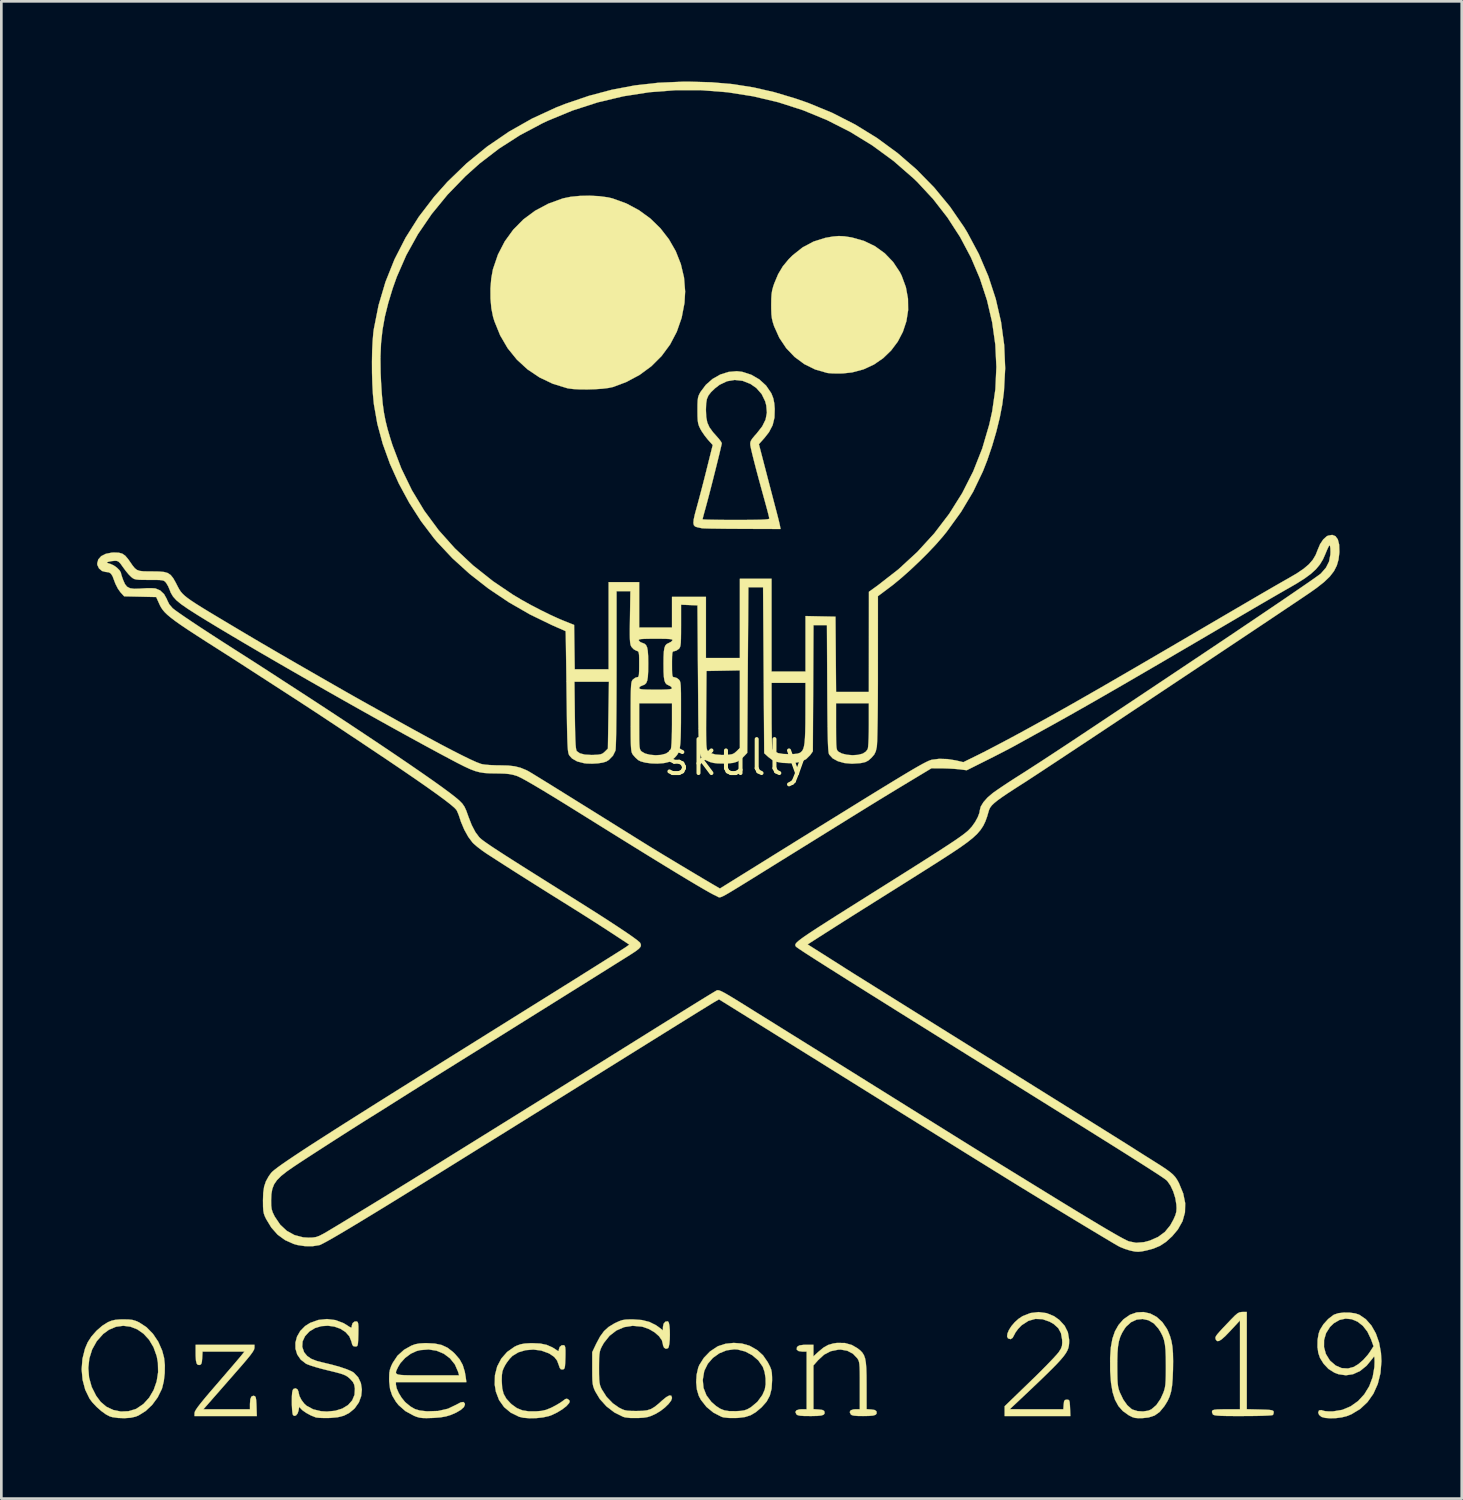
<source format=kicad_pcb>
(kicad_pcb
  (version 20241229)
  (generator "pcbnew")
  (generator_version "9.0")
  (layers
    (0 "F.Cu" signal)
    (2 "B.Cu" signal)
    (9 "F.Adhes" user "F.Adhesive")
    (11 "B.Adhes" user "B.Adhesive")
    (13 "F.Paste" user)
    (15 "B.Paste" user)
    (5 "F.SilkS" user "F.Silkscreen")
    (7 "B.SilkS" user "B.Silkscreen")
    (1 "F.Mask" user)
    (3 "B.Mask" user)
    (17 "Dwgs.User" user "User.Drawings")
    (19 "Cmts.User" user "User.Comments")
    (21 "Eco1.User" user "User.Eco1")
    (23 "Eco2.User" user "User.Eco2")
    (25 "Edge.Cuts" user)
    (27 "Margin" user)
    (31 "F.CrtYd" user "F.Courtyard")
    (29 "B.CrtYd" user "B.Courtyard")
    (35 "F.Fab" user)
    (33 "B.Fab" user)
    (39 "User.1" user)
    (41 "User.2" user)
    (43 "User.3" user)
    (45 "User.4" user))
  (footprint "skully"
    (layer "F.Cu")
    (at 24.505 25.293)
    (property "Reference" "skully" (at 0 0 0) (layer "F.SilkS") (effects (font (size 1.27 1.27) (thickness 0.15))))
    (attr through_hole)
    (fp_poly (pts (xy 4.036 -19.502) (xy 4.282 -19.464) (xy 4.325 -19.456) (xy 4.773 -19.329) (xy 5.183 -19.13) (xy 5.549 -18.865) (xy 5.861 -18.54) (xy 6.113 -18.161) (xy 6.18 -18.028) (xy 6.338 -17.598) (xy 6.417 -17.166) (xy 6.422 -16.739) (xy 6.357 -16.324) (xy 6.226 -15.929) (xy 6.035 -15.562) (xy 5.787 -15.231) (xy 5.488 -14.942) (xy 5.143 -14.704) (xy 4.754 -14.524) (xy 4.328 -14.41) (xy 3.979 -14.372) (xy 3.777 -14.369) (xy 3.583 -14.373) (xy 3.429 -14.385) (xy 3.387 -14.392) (xy 2.945 -14.519) (xy 2.539 -14.719) (xy 2.175 -14.988) (xy 1.861 -15.317) (xy 1.603 -15.703) (xy 1.408 -16.136) (xy 1.358 -16.292) (xy 1.325 -16.432) (xy 1.307 -16.585) (xy 1.3 -16.779) (xy 1.299 -16.933) (xy 1.302 -17.165) (xy 1.313 -17.339) (xy 1.336 -17.484) (xy 1.375 -17.627) (xy 1.413 -17.737) (xy 1.558 -18.084) (xy 1.732 -18.377) (xy 1.955 -18.647) (xy 2.104 -18.794) (xy 2.475 -19.088) (xy 2.88 -19.304) (xy 3.318 -19.442) (xy 3.353 -19.449) (xy 3.61 -19.494) (xy 3.825 -19.512) (xy 4.036 -19.502)) (stroke (width 0.01) (type solid)) (fill yes) (layer "F.SilkS"))
    (fp_poly (pts (xy -5.131 -21.003) (xy -4.806 -20.959) (xy -4.64 -20.92) (xy -4.122 -20.732) (xy -3.648 -20.478) (xy -3.22 -20.166) (xy -2.846 -19.801) (xy -2.528 -19.391) (xy -2.271 -18.943) (xy -2.082 -18.464) (xy -1.963 -17.96) (xy -1.921 -17.438) (xy -1.945 -17.009) (xy -2.052 -16.452) (xy -2.233 -15.932) (xy -2.484 -15.454) (xy -2.802 -15.023) (xy -3.183 -14.642) (xy -3.624 -14.317) (xy -4.12 -14.051) (xy -4.614 -13.865) (xy -4.786 -13.828) (xy -5.019 -13.799) (xy -5.291 -13.781) (xy -5.578 -13.772) (xy -5.857 -13.774) (xy -6.105 -13.787) (xy -6.3 -13.812) (xy -6.329 -13.818) (xy -6.873 -13.985) (xy -7.372 -14.223) (xy -7.823 -14.526) (xy -8.221 -14.893) (xy -8.563 -15.317) (xy -8.842 -15.796) (xy -9.057 -16.325) (xy -9.108 -16.493) (xy -9.171 -16.807) (xy -9.203 -17.17) (xy -9.205 -17.553) (xy -9.175 -17.924) (xy -9.115 -18.256) (xy -9.108 -18.281) (xy -8.924 -18.82) (xy -8.671 -19.31) (xy -8.353 -19.749) (xy -7.974 -20.133) (xy -7.536 -20.458) (xy -7.044 -20.721) (xy -6.501 -20.918) (xy -6.489 -20.921) (xy -6.199 -20.981) (xy -5.856 -21.014) (xy -5.491 -21.022) (xy -5.131 -21.003)) (stroke (width 0.01) (type solid)) (fill yes) (layer "F.SilkS"))
    (fp_poly (pts (xy -18.035 22.087) (xy -18.049 22.147) (xy -18.097 22.233) (xy -18.183 22.353) (xy -18.314 22.515) (xy -18.494 22.727) (xy -18.596 22.843) (xy -18.802 23.079) (xy -19.022 23.33) (xy -19.236 23.575) (xy -19.428 23.794) (xy -19.551 23.934) (xy -19.945 24.384) (xy -18.203 24.384) (xy -18.203 24.183) (xy -18.19 24.01) (xy -18.151 23.912) (xy -18.083 23.88) (xy -18.05 23.883) (xy -18.011 23.9) (xy -17.986 23.945) (xy -17.971 24.035) (xy -17.961 24.185) (xy -17.958 24.268) (xy -17.946 24.638) (xy -20.278 24.638) (xy -20.276 24.522) (xy -20.263 24.471) (xy -20.22 24.393) (xy -20.143 24.283) (xy -20.027 24.134) (xy -19.868 23.94) (xy -19.659 23.694) (xy -19.469 23.474) (xy -19.256 23.227) (xy -19.056 22.994) (xy -18.875 22.784) (xy -18.724 22.607) (xy -18.61 22.473) (xy -18.541 22.391) (xy -18.536 22.384) (xy -18.408 22.225) (xy -19.977 22.225) (xy -19.99 22.468) (xy -20.002 22.611) (xy -20.026 22.689) (xy -20.067 22.722) (xy -20.082 22.726) (xy -20.151 22.722) (xy -20.196 22.673) (xy -20.223 22.566) (xy -20.234 22.391) (xy -20.235 22.299) (xy -20.235 21.971) (xy -18.034 21.971) (xy -18.035 22.087)) (stroke (width 0.01) (type solid)) (fill yes) (layer "F.SilkS"))
    (fp_poly (pts (xy 19.092 24.381) (xy 19.589 24.393) (xy 19.803 24.4) (xy 19.946 24.408) (xy 20.033 24.422) (xy 20.079 24.442) (xy 20.099 24.473) (xy 20.101 24.485) (xy 20.088 24.568) (xy 20.06 24.601) (xy 20.003 24.61) (xy 19.874 24.619) (xy 19.684 24.627) (xy 19.447 24.633) (xy 19.173 24.636) (xy 18.939 24.637) (xy 18.603 24.637) (xy 18.341 24.635) (xy 18.146 24.63) (xy 18.006 24.622) (xy 17.912 24.611) (xy 17.855 24.596) (xy 17.824 24.577) (xy 17.823 24.575) (xy 17.79 24.492) (xy 17.795 24.448) (xy 17.82 24.42) (xy 17.88 24.401) (xy 17.987 24.39) (xy 18.156 24.385) (xy 18.329 24.384) (xy 18.838 24.384) (xy 18.838 22.722) (xy 18.838 21.061) (xy 18.475 21.452) (xy 18.293 21.641) (xy 18.155 21.765) (xy 18.054 21.828) (xy 17.984 21.833) (xy 17.938 21.785) (xy 17.927 21.755) (xy 17.919 21.721) (xy 17.922 21.685) (xy 17.945 21.639) (xy 17.992 21.574) (xy 18.073 21.481) (xy 18.192 21.351) (xy 18.359 21.176) (xy 18.519 21.008) (xy 18.649 20.877) (xy 18.743 20.798) (xy 18.82 20.757) (xy 18.9 20.744) (xy 18.932 20.743) (xy 19.092 20.743) (xy 19.092 24.381)) (stroke (width 0.01) (type solid)) (fill yes) (layer "F.SilkS"))
    (fp_poly (pts (xy 11.604 20.787) (xy 11.885 20.903) (xy 12.079 21.042) (xy 12.278 21.26) (xy 12.398 21.5) (xy 12.445 21.772) (xy 12.446 21.826) (xy 12.444 21.921) (xy 12.435 22.009) (xy 12.415 22.095) (xy 12.38 22.184) (xy 12.325 22.282) (xy 12.246 22.393) (xy 12.137 22.524) (xy 11.996 22.678) (xy 11.816 22.862) (xy 11.594 23.081) (xy 11.326 23.34) (xy 11.007 23.644) (xy 10.632 23.998) (xy 10.459 24.161) (xy 10.223 24.382) (xy 11.226 24.383) (xy 12.229 24.384) (xy 12.242 24.204) (xy 12.256 24.09) (xy 12.287 24.038) (xy 12.348 24.024) (xy 12.361 24.024) (xy 12.416 24.029) (xy 12.449 24.055) (xy 12.466 24.12) (xy 12.476 24.244) (xy 12.48 24.331) (xy 12.492 24.638) (xy 10.033 24.638) (xy 10.033 24.271) (xy 10.981 23.354) (xy 11.224 23.118) (xy 11.452 22.891) (xy 11.657 22.682) (xy 11.831 22.501) (xy 11.964 22.356) (xy 12.048 22.258) (xy 12.064 22.236) (xy 12.141 22.112) (xy 12.178 22.009) (xy 12.188 21.888) (xy 12.183 21.775) (xy 12.141 21.537) (xy 12.039 21.348) (xy 11.87 21.195) (xy 11.719 21.108) (xy 11.447 21.013) (xy 11.179 21.003) (xy 10.922 21.076) (xy 10.679 21.233) (xy 10.657 21.251) (xy 10.538 21.375) (xy 10.438 21.512) (xy 10.398 21.589) (xy 10.331 21.713) (xy 10.258 21.759) (xy 10.248 21.759) (xy 10.159 21.732) (xy 10.124 21.658) (xy 10.138 21.549) (xy 10.195 21.416) (xy 10.286 21.273) (xy 10.408 21.13) (xy 10.552 21) (xy 10.708 20.897) (xy 11.001 20.783) (xy 11.304 20.747) (xy 11.604 20.787)) (stroke (width 0.01) (type solid)) (fill yes) (layer "F.SilkS"))
    (fp_poly (pts (xy 0.202 21.924) (xy 0.477 22.003) (xy 0.51 22.018) (xy 0.781 22.173) (xy 0.992 22.365) (xy 1.165 22.615) (xy 1.188 22.657) (xy 1.258 22.794) (xy 1.301 22.906) (xy 1.323 23.023) (xy 1.331 23.176) (xy 1.332 23.305) (xy 1.313 23.617) (xy 1.247 23.874) (xy 1.128 24.096) (xy 0.947 24.301) (xy 0.933 24.315) (xy 0.725 24.491) (xy 0.531 24.606) (xy 0.321 24.674) (xy 0.066 24.706) (xy -0.021 24.71) (xy -0.286 24.709) (xy -0.484 24.687) (xy -0.555 24.667) (xy -0.859 24.512) (xy -1.123 24.295) (xy -1.331 24.031) (xy -1.411 23.881) (xy -1.481 23.646) (xy -1.508 23.372) (xy -1.503 23.286) (xy -1.262 23.286) (xy -1.233 23.586) (xy -1.124 23.863) (xy -0.937 24.111) (xy -0.762 24.263) (xy -0.606 24.364) (xy -0.452 24.425) (xy -0.272 24.453) (xy -0.039 24.455) (xy -0.016 24.455) (xy 0.168 24.444) (xy 0.298 24.423) (xy 0.407 24.383) (xy 0.525 24.316) (xy 0.547 24.302) (xy 0.785 24.102) (xy 0.968 23.852) (xy 1.058 23.648) (xy 1.091 23.453) (xy 1.088 23.222) (xy 1.052 22.991) (xy 0.985 22.797) (xy 0.983 22.793) (xy 0.817 22.556) (xy 0.592 22.362) (xy 0.327 22.222) (xy 0.042 22.148) (xy -0.085 22.14) (xy -0.373 22.18) (xy -0.644 22.29) (xy -0.882 22.461) (xy -1.072 22.679) (xy -1.199 22.935) (xy -1.209 22.968) (xy -1.262 23.286) (xy -1.503 23.286) (xy -1.491 23.089) (xy -1.432 22.83) (xy -1.393 22.733) (xy -1.222 22.461) (xy -0.992 22.222) (xy -0.724 22.042) (xy -0.677 22.019) (xy -0.406 21.932) (xy -0.103 21.901) (xy 0.202 21.924)) (stroke (width 0.01) (type solid)) (fill yes) (layer "F.SilkS"))
    (fp_poly (pts (xy -22.75 21.024) (xy -22.607 21.039) (xy -22.484 21.074) (xy -22.349 21.134) (xy -22.347 21.135) (xy -22.075 21.313) (xy -21.834 21.558) (xy -21.634 21.856) (xy -21.487 22.19) (xy -21.416 22.459) (xy -21.387 22.731) (xy -21.392 23.033) (xy -21.426 23.33) (xy -21.488 23.588) (xy -21.503 23.63) (xy -21.656 23.94) (xy -21.861 24.218) (xy -22.105 24.448) (xy -22.372 24.615) (xy -22.482 24.66) (xy -22.666 24.701) (xy -22.895 24.717) (xy -23.135 24.709) (xy -23.351 24.678) (xy -23.443 24.652) (xy -23.592 24.575) (xy -23.767 24.448) (xy -23.944 24.291) (xy -24.101 24.124) (xy -24.203 23.988) (xy -24.366 23.654) (xy -24.465 23.282) (xy -24.5 22.889) (xy -24.496 22.839) (xy -24.251 22.839) (xy -24.222 23.198) (xy -24.124 23.549) (xy -23.958 23.879) (xy -23.787 24.108) (xy -23.573 24.29) (xy -23.316 24.411) (xy -23.034 24.468) (xy -22.747 24.456) (xy -22.473 24.373) (xy -22.445 24.359) (xy -22.188 24.185) (xy -21.974 23.949) (xy -21.807 23.664) (xy -21.694 23.342) (xy -21.639 22.997) (xy -21.647 22.642) (xy -21.692 22.395) (xy -21.811 22.063) (xy -21.977 21.783) (xy -22.183 21.559) (xy -22.418 21.394) (xy -22.675 21.294) (xy -22.943 21.26) (xy -23.215 21.297) (xy -23.48 21.409) (xy -23.695 21.566) (xy -23.934 21.835) (xy -24.107 22.145) (xy -24.213 22.484) (xy -24.251 22.839) (xy -24.496 22.839) (xy -24.47 22.494) (xy -24.374 22.114) (xy -24.274 21.879) (xy -24.134 21.662) (xy -23.944 21.446) (xy -23.729 21.259) (xy -23.517 21.125) (xy -23.516 21.125) (xy -23.382 21.07) (xy -23.245 21.038) (xy -23.074 21.023) (xy -22.945 21.021) (xy -22.75 21.024)) (stroke (width 0.01) (type solid)) (fill yes) (layer "F.SilkS"))
    (fp_poly (pts (xy 4.053 21.904) (xy 4.317 21.979) (xy 4.526 22.1) (xy 4.629 22.181) (xy 4.709 22.264) (xy 4.769 22.361) (xy 4.812 22.482) (xy 4.84 22.641) (xy 4.857 22.849) (xy 4.865 23.118) (xy 4.867 23.458) (xy 4.867 23.482) (xy 4.868 24.379) (xy 5.048 24.392) (xy 5.171 24.411) (xy 5.23 24.452) (xy 5.243 24.485) (xy 5.241 24.549) (xy 5.2 24.592) (xy 5.108 24.62) (xy 4.954 24.633) (xy 4.736 24.637) (xy 4.529 24.634) (xy 4.392 24.622) (xy 4.31 24.6) (xy 4.276 24.575) (xy 4.237 24.488) (xy 4.274 24.422) (xy 4.381 24.388) (xy 4.444 24.384) (xy 4.614 24.384) (xy 4.614 23.501) (xy 4.614 23.205) (xy 4.612 22.981) (xy 4.607 22.817) (xy 4.598 22.699) (xy 4.585 22.616) (xy 4.565 22.555) (xy 4.537 22.503) (xy 4.519 22.475) (xy 4.358 22.306) (xy 4.147 22.195) (xy 3.904 22.151) (xy 3.807 22.154) (xy 3.524 22.212) (xy 3.277 22.341) (xy 3.053 22.547) (xy 2.879 22.745) (xy 2.879 24.379) (xy 3.079 24.392) (xy 3.209 24.408) (xy 3.275 24.441) (xy 3.295 24.485) (xy 3.294 24.546) (xy 3.257 24.589) (xy 3.171 24.617) (xy 3.026 24.632) (xy 2.811 24.637) (xy 2.746 24.637) (xy 2.53 24.635) (xy 2.384 24.625) (xy 2.294 24.606) (xy 2.246 24.577) (xy 2.244 24.575) (xy 2.204 24.488) (xy 2.241 24.424) (xy 2.35 24.389) (xy 2.433 24.384) (xy 2.625 24.384) (xy 2.625 22.225) (xy 2.454 22.225) (xy 2.321 22.205) (xy 2.254 22.152) (xy 2.26 22.073) (xy 2.286 22.034) (xy 2.36 21.993) (xy 2.502 21.974) (xy 2.609 21.971) (xy 2.879 21.971) (xy 2.879 22.405) (xy 3.064 22.234) (xy 3.254 22.077) (xy 3.429 21.978) (xy 3.62 21.922) (xy 3.756 21.902) (xy 4.053 21.904)) (stroke (width 0.01) (type solid)) (fill yes) (layer "F.SilkS"))
    (fp_poly (pts (xy -11.289 21.925) (xy -11.035 21.978) (xy -10.816 22.079) (xy -10.612 22.235) (xy -10.538 22.306) (xy -10.363 22.509) (xy -10.244 22.723) (xy -10.166 22.976) (xy -10.133 23.167) (xy -10.106 23.368) (xy -12.742 23.368) (xy -12.742 23.463) (xy -12.713 23.603) (xy -12.638 23.774) (xy -12.532 23.949) (xy -12.41 24.1) (xy -12.371 24.138) (xy -12.194 24.282) (xy -12.03 24.376) (xy -11.848 24.43) (xy -11.617 24.457) (xy -11.565 24.46) (xy -11.162 24.447) (xy -10.796 24.363) (xy -10.475 24.209) (xy -10.474 24.208) (xy -10.319 24.126) (xy -10.217 24.111) (xy -10.166 24.162) (xy -10.16 24.211) (xy -10.2 24.303) (xy -10.311 24.404) (xy -10.483 24.506) (xy -10.689 24.596) (xy -10.87 24.651) (xy -11.077 24.687) (xy -11.336 24.707) (xy -11.388 24.709) (xy -11.599 24.715) (xy -11.75 24.711) (xy -11.868 24.695) (xy -11.976 24.663) (xy -12.068 24.626) (xy -12.386 24.453) (xy -12.643 24.227) (xy -12.744 24.1) (xy -12.88 23.871) (xy -12.961 23.629) (xy -12.994 23.347) (xy -12.996 23.242) (xy -12.991 23.053) (xy -12.985 23.012) (xy -12.743 23.012) (xy -12.724 23.053) (xy -12.668 23.082) (xy -12.566 23.099) (xy -12.411 23.109) (xy -12.194 23.113) (xy -11.909 23.114) (xy -11.56 23.114) (xy -10.378 23.114) (xy -10.415 22.983) (xy -10.535 22.707) (xy -10.717 22.48) (xy -10.949 22.306) (xy -11.22 22.193) (xy -11.518 22.146) (xy -11.833 22.171) (xy -11.966 22.204) (xy -12.187 22.305) (xy -12.399 22.464) (xy -12.574 22.657) (xy -12.654 22.789) (xy -12.7 22.883) (xy -12.733 22.956) (xy -12.743 23.012) (xy -12.985 23.012) (xy -12.969 22.91) (xy -12.922 22.774) (xy -12.866 22.655) (xy -12.684 22.38) (xy -12.438 22.158) (xy -12.167 22.005) (xy -12.024 21.952) (xy -11.868 21.922) (xy -11.669 21.91) (xy -11.599 21.909) (xy -11.289 21.925)) (stroke (width 0.01) (type solid)) (fill yes) (layer "F.SilkS"))
    (fp_poly (pts (xy -7.343 21.924) (xy -7.1 21.975) (xy -6.886 22.069) (xy -6.765 22.146) (xy -6.685 22.2) (xy -6.653 22.205) (xy -6.646 22.161) (xy -6.646 22.148) (xy -6.615 22.052) (xy -6.54 21.99) (xy -6.455 21.987) (xy -6.425 22.012) (xy -6.407 22.069) (xy -6.399 22.173) (xy -6.399 22.34) (xy -6.401 22.446) (xy -6.408 22.642) (xy -6.417 22.769) (xy -6.432 22.843) (xy -6.457 22.879) (xy -6.495 22.893) (xy -6.506 22.894) (xy -6.572 22.888) (xy -6.615 22.831) (xy -6.643 22.746) (xy -6.712 22.562) (xy -6.818 22.426) (xy -6.981 22.313) (xy -7.032 22.286) (xy -7.305 22.187) (xy -7.598 22.15) (xy -7.89 22.173) (xy -8.16 22.253) (xy -8.383 22.388) (xy -8.489 22.498) (xy -8.599 22.644) (xy -8.658 22.739) (xy -8.721 22.864) (xy -8.759 22.973) (xy -8.777 23.099) (xy -8.782 23.271) (xy -8.782 23.326) (xy -8.766 23.594) (xy -8.713 23.806) (xy -8.612 23.987) (xy -8.453 24.161) (xy -8.405 24.204) (xy -8.217 24.34) (xy -8.01 24.424) (xy -7.765 24.462) (xy -7.507 24.462) (xy -7.295 24.444) (xy -7.124 24.405) (xy -6.949 24.334) (xy -6.9 24.311) (xy -6.74 24.226) (xy -6.593 24.138) (xy -6.495 24.069) (xy -6.404 24.002) (xy -6.343 23.989) (xy -6.289 24.017) (xy -6.238 24.073) (xy -6.256 24.141) (xy -6.265 24.156) (xy -6.364 24.267) (xy -6.52 24.388) (xy -6.709 24.503) (xy -6.906 24.598) (xy -7.016 24.638) (xy -7.238 24.688) (xy -7.491 24.715) (xy -7.747 24.72) (xy -7.976 24.701) (xy -8.133 24.664) (xy -8.444 24.512) (xy -8.695 24.302) (xy -8.883 24.038) (xy -9.002 23.725) (xy -9.046 23.46) (xy -9.037 23.108) (xy -8.953 22.781) (xy -8.799 22.488) (xy -8.582 22.24) (xy -8.308 22.047) (xy -8.217 22.002) (xy -8.08 21.953) (xy -7.921 21.924) (xy -7.714 21.912) (xy -7.641 21.911) (xy -7.343 21.924)) (stroke (width 0.01) (type solid)) (fill yes) (layer "F.SilkS"))
    (fp_poly (pts (xy 22.944 20.768) (xy 23.151 20.797) (xy 23.3 20.846) (xy 23.546 21.014) (xy 23.755 21.251) (xy 23.922 21.546) (xy 24.043 21.89) (xy 24.113 22.274) (xy 24.13 22.585) (xy 24.095 23.029) (xy 23.994 23.436) (xy 23.831 23.8) (xy 23.609 24.115) (xy 23.333 24.374) (xy 23.007 24.57) (xy 22.831 24.641) (xy 22.644 24.687) (xy 22.43 24.715) (xy 22.215 24.721) (xy 22.026 24.707) (xy 21.89 24.67) (xy 21.887 24.668) (xy 21.8 24.597) (xy 21.764 24.511) (xy 21.788 24.438) (xy 21.806 24.424) (xy 21.884 24.414) (xy 21.942 24.434) (xy 22.024 24.454) (xy 22.161 24.464) (xy 22.324 24.462) (xy 22.326 24.462) (xy 22.666 24.405) (xy 22.978 24.274) (xy 23.255 24.077) (xy 23.489 23.824) (xy 23.674 23.522) (xy 23.802 23.18) (xy 23.867 22.805) (xy 23.874 22.614) (xy 23.871 22.48) (xy 23.864 22.419) (xy 23.844 22.419) (xy 23.806 22.469) (xy 23.8 22.479) (xy 23.576 22.753) (xy 23.331 22.951) (xy 23.07 23.071) (xy 22.8 23.112) (xy 22.524 23.072) (xy 22.371 23.014) (xy 22.151 22.876) (xy 21.967 22.68) (xy 21.832 22.463) (xy 21.767 22.273) (xy 21.739 22.058) (xy 21.982 22.058) (xy 22.052 22.315) (xy 22.194 22.547) (xy 22.217 22.573) (xy 22.422 22.749) (xy 22.645 22.844) (xy 22.88 22.857) (xy 23.09 22.801) (xy 23.265 22.697) (xy 23.45 22.538) (xy 23.622 22.345) (xy 23.704 22.229) (xy 23.835 22.026) (xy 23.739 21.759) (xy 23.606 21.48) (xy 23.435 21.261) (xy 23.235 21.105) (xy 23.016 21.014) (xy 22.789 20.992) (xy 22.563 21.041) (xy 22.349 21.165) (xy 22.207 21.302) (xy 22.059 21.535) (xy 21.984 21.792) (xy 21.982 22.058) (xy 21.739 22.058) (xy 21.737 22.038) (xy 21.741 21.787) (xy 21.781 21.552) (xy 21.829 21.417) (xy 21.959 21.205) (xy 22.137 21.008) (xy 22.334 20.857) (xy 22.363 20.841) (xy 22.519 20.789) (xy 22.723 20.765) (xy 22.944 20.768)) (stroke (width 0.01) (type solid)) (fill yes) (layer "F.SilkS"))
    (fp_poly (pts (xy 15.484 20.803) (xy 15.72 20.929) (xy 15.93 21.12) (xy 16.103 21.373) (xy 16.145 21.46) (xy 16.22 21.646) (xy 16.274 21.834) (xy 16.31 22.041) (xy 16.33 22.284) (xy 16.336 22.58) (xy 16.332 22.902) (xy 16.319 23.236) (xy 16.297 23.503) (xy 16.261 23.719) (xy 16.207 23.902) (xy 16.132 24.069) (xy 16.03 24.236) (xy 16.003 24.276) (xy 15.832 24.483) (xy 15.643 24.618) (xy 15.416 24.691) (xy 15.201 24.714) (xy 15.027 24.717) (xy 14.905 24.706) (xy 14.802 24.673) (xy 14.684 24.612) (xy 14.66 24.598) (xy 14.454 24.449) (xy 14.289 24.262) (xy 14.163 24.03) (xy 14.072 23.744) (xy 14.013 23.394) (xy 13.982 22.973) (xy 13.98 22.92) (xy 13.98 22.775) (xy 14.247 22.775) (xy 14.249 23.051) (xy 14.253 23.258) (xy 14.262 23.413) (xy 14.277 23.531) (xy 14.299 23.629) (xy 14.331 23.722) (xy 14.344 23.755) (xy 14.472 24.022) (xy 14.62 24.231) (xy 14.778 24.372) (xy 14.822 24.396) (xy 15.004 24.452) (xy 15.211 24.465) (xy 15.407 24.436) (xy 15.521 24.387) (xy 15.707 24.228) (xy 15.867 23.994) (xy 15.971 23.764) (xy 16.005 23.666) (xy 16.03 23.568) (xy 16.047 23.455) (xy 16.057 23.311) (xy 16.063 23.121) (xy 16.065 22.867) (xy 16.065 22.754) (xy 16.062 22.425) (xy 16.052 22.164) (xy 16.03 21.957) (xy 15.994 21.786) (xy 15.941 21.637) (xy 15.867 21.493) (xy 15.786 21.364) (xy 15.616 21.173) (xy 15.414 21.054) (xy 15.196 21.006) (xy 14.974 21.029) (xy 14.765 21.124) (xy 14.58 21.29) (xy 14.521 21.37) (xy 14.427 21.524) (xy 14.357 21.677) (xy 14.307 21.844) (xy 14.274 22.04) (xy 14.255 22.281) (xy 14.247 22.583) (xy 14.247 22.775) (xy 13.98 22.775) (xy 13.979 22.459) (xy 14.006 22.069) (xy 14.066 21.74) (xy 14.161 21.465) (xy 14.292 21.233) (xy 14.463 21.035) (xy 14.488 21.011) (xy 14.723 20.847) (xy 14.974 20.759) (xy 15.231 20.746) (xy 15.484 20.803)) (stroke (width 0.01) (type solid)) (fill yes) (layer "F.SilkS"))
    (fp_poly (pts (xy -3.874 21.021) (xy -3.54 21.045) (xy -3.258 21.116) (xy -3.01 21.24) (xy -2.905 21.314) (xy -2.752 21.431) (xy -2.752 21.304) (xy -2.726 21.183) (xy -2.661 21.107) (xy -2.574 21.093) (xy -2.562 21.097) (xy -2.53 21.149) (xy -2.508 21.265) (xy -2.495 21.422) (xy -2.492 21.601) (xy -2.497 21.779) (xy -2.512 21.936) (xy -2.536 22.051) (xy -2.561 22.098) (xy -2.64 22.122) (xy -2.71 22.079) (xy -2.75 21.987) (xy -2.752 21.955) (xy -2.791 21.802) (xy -2.9 21.648) (xy -3.063 21.505) (xy -3.266 21.386) (xy -3.494 21.303) (xy -3.549 21.291) (xy -3.886 21.261) (xy -4.203 21.311) (xy -4.493 21.436) (xy -4.749 21.634) (xy -4.961 21.899) (xy -5.046 22.05) (xy -5.085 22.137) (xy -5.112 22.224) (xy -5.129 22.33) (xy -5.139 22.471) (xy -5.142 22.667) (xy -5.143 22.839) (xy -5.142 23.081) (xy -5.137 23.257) (xy -5.125 23.384) (xy -5.105 23.482) (xy -5.074 23.567) (xy -5.044 23.631) (xy -4.863 23.916) (xy -4.628 24.16) (xy -4.397 24.322) (xy -4.284 24.38) (xy -4.186 24.417) (xy -4.077 24.437) (xy -3.931 24.446) (xy -3.747 24.448) (xy -3.517 24.443) (xy -3.343 24.422) (xy -3.198 24.375) (xy -3.059 24.292) (xy -2.901 24.164) (xy -2.792 24.064) (xy -2.629 23.93) (xy -2.512 23.867) (xy -2.44 23.876) (xy -2.413 23.955) (xy -2.413 23.966) (xy -2.448 24.063) (xy -2.541 24.184) (xy -2.676 24.316) (xy -2.838 24.442) (xy -3.01 24.548) (xy -3.039 24.562) (xy -3.19 24.631) (xy -3.323 24.674) (xy -3.469 24.698) (xy -3.662 24.71) (xy -3.7 24.711) (xy -3.967 24.71) (xy -4.166 24.687) (xy -4.24 24.666) (xy -4.568 24.503) (xy -4.865 24.275) (xy -5.113 24) (xy -5.284 23.716) (xy -5.329 23.615) (xy -5.36 23.524) (xy -5.38 23.425) (xy -5.391 23.299) (xy -5.396 23.126) (xy -5.397 22.89) (xy -5.397 22.86) (xy -5.397 22.246) (xy -5.245 21.926) (xy -5.103 21.661) (xy -4.956 21.46) (xy -4.786 21.305) (xy -4.576 21.176) (xy -4.538 21.157) (xy -4.392 21.089) (xy -4.272 21.048) (xy -4.148 21.028) (xy -3.988 21.021) (xy -3.874 21.021)) (stroke (width 0.01) (type solid)) (fill yes) (layer "F.SilkS"))
    (fp_poly (pts (xy -15.004 21.047) (xy -14.706 21.159) (xy -14.589 21.229) (xy -14.478 21.302) (xy -14.42 21.329) (xy -14.397 21.312) (xy -14.393 21.257) (xy -14.362 21.161) (xy -14.287 21.101) (xy -14.202 21.098) (xy -14.173 21.122) (xy -14.155 21.178) (xy -14.146 21.28) (xy -14.146 21.443) (xy -14.148 21.579) (xy -14.154 21.779) (xy -14.162 21.91) (xy -14.175 21.986) (xy -14.197 22.023) (xy -14.233 22.034) (xy -14.265 22.035) (xy -14.334 22.022) (xy -14.375 21.97) (xy -14.405 21.856) (xy -14.405 21.854) (xy -14.484 21.656) (xy -14.627 21.494) (xy -14.818 21.371) (xy -15.043 21.291) (xy -15.286 21.258) (xy -15.533 21.274) (xy -15.769 21.345) (xy -15.98 21.473) (xy -15.981 21.474) (xy -16.144 21.651) (xy -16.234 21.846) (xy -16.247 22.047) (xy -16.18 22.242) (xy -16.172 22.257) (xy -16.063 22.39) (xy -15.913 22.494) (xy -15.705 22.576) (xy -15.498 22.629) (xy -15.14 22.715) (xy -14.83 22.802) (xy -14.579 22.887) (xy -14.395 22.967) (xy -14.315 23.017) (xy -14.153 23.19) (xy -14.053 23.404) (xy -14.016 23.643) (xy -14.041 23.889) (xy -14.128 24.127) (xy -14.277 24.339) (xy -14.311 24.374) (xy -14.493 24.524) (xy -14.69 24.624) (xy -14.923 24.683) (xy -15.213 24.709) (xy -15.24 24.709) (xy -15.428 24.711) (xy -15.595 24.705) (xy -15.715 24.693) (xy -15.748 24.685) (xy -15.922 24.615) (xy -16.094 24.522) (xy -16.231 24.427) (xy -16.277 24.384) (xy -16.362 24.29) (xy -16.383 24.428) (xy -16.421 24.542) (xy -16.481 24.615) (xy -16.548 24.632) (xy -16.595 24.596) (xy -16.612 24.528) (xy -16.626 24.397) (xy -16.635 24.225) (xy -16.636 24.103) (xy -16.634 23.892) (xy -16.623 23.751) (xy -16.603 23.665) (xy -16.573 23.622) (xy -16.495 23.599) (xy -16.423 23.641) (xy -16.385 23.73) (xy -16.383 23.756) (xy -16.353 23.885) (xy -16.276 24.035) (xy -16.171 24.174) (xy -16.089 24.249) (xy -15.839 24.385) (xy -15.543 24.456) (xy -15.325 24.469) (xy -15.014 24.44) (xy -14.747 24.357) (xy -14.533 24.226) (xy -14.379 24.053) (xy -14.291 23.844) (xy -14.277 23.61) (xy -14.301 23.467) (xy -14.351 23.362) (xy -14.448 23.255) (xy -14.464 23.239) (xy -14.535 23.178) (xy -14.608 23.129) (xy -14.699 23.087) (xy -14.825 23.045) (xy -14.999 22.998) (xy -15.239 22.939) (xy -15.285 22.928) (xy -15.524 22.868) (xy -15.746 22.806) (xy -15.934 22.747) (xy -16.067 22.697) (xy -16.107 22.678) (xy -16.304 22.525) (xy -16.435 22.334) (xy -16.5 22.118) (xy -16.502 21.891) (xy -16.442 21.665) (xy -16.321 21.454) (xy -16.139 21.27) (xy -15.952 21.152) (xy -15.644 21.042) (xy -15.322 21.008) (xy -15.004 21.047)) (stroke (width 0.01) (type solid)) (fill yes) (layer "F.SilkS"))
    (fp_poly (pts (xy 0.211 -14.432) (xy 0.551 -14.323) (xy 0.854 -14.148) (xy 1.106 -13.918) (xy 1.295 -13.642) (xy 1.311 -13.61) (xy 1.376 -13.444) (xy 1.414 -13.253) (xy 1.431 -13.047) (xy 1.421 -12.718) (xy 1.352 -12.434) (xy 1.215 -12.172) (xy 1.05 -11.962) (xy 0.838 -11.724) (xy 1.116 -10.656) (xy 1.197 -10.343) (xy 1.278 -10.035) (xy 1.353 -9.748) (xy 1.418 -9.498) (xy 1.47 -9.302) (xy 1.495 -9.207) (xy 1.543 -9.021) (xy 1.586 -8.85) (xy 1.616 -8.722) (xy 1.623 -8.689) (xy 1.649 -8.551) (xy 0.221 -8.556) (xy -0.122 -8.558) (xy -0.44 -8.56) (xy -0.723 -8.564) (xy -0.96 -8.567) (xy -1.142 -8.572) (xy -1.256 -8.576) (xy -1.291 -8.579) (xy -1.405 -8.603) (xy -1.47 -8.617) (xy -1.548 -8.644) (xy -1.595 -8.694) (xy -1.612 -8.778) (xy -1.6 -8.909) (xy -1.599 -8.913) (xy -1.27 -8.913) (xy -1.229 -8.908) (xy -1.115 -8.902) (xy -0.936 -8.898) (xy -0.704 -8.894) (xy -0.429 -8.891) (xy -0.122 -8.89) (xy -0.021 -8.89) (xy 0.357 -8.891) (xy 0.657 -8.894) (xy 0.886 -8.898) (xy 1.051 -8.906) (xy 1.158 -8.916) (xy 1.214 -8.929) (xy 1.228 -8.941) (xy 1.217 -8.999) (xy 1.187 -9.122) (xy 1.142 -9.294) (xy 1.086 -9.5) (xy 1.062 -9.587) (xy 0.94 -10.03) (xy 0.829 -10.436) (xy 0.732 -10.8) (xy 0.651 -11.114) (xy 0.587 -11.369) (xy 0.543 -11.559) (xy 0.52 -11.677) (xy 0.518 -11.689) (xy 0.515 -11.769) (xy 0.533 -11.84) (xy 0.582 -11.922) (xy 0.674 -12.034) (xy 0.757 -12.127) (xy 0.963 -12.391) (xy 1.089 -12.646) (xy 1.138 -12.904) (xy 1.114 -13.177) (xy 1.073 -13.33) (xy 0.943 -13.598) (xy 0.744 -13.825) (xy 0.523 -13.979) (xy 0.229 -14.095) (xy -0.066 -14.128) (xy -0.355 -14.079) (xy -0.63 -13.948) (xy -0.801 -13.817) (xy -0.951 -13.673) (xy -1.05 -13.546) (xy -1.108 -13.412) (xy -1.135 -13.246) (xy -1.143 -13.023) (xy -1.143 -12.997) (xy -1.132 -12.74) (xy -1.092 -12.535) (xy -1.012 -12.356) (xy -0.88 -12.174) (xy -0.757 -12.036) (xy -0.654 -11.919) (xy -0.581 -11.821) (xy -0.55 -11.762) (xy -0.55 -11.76) (xy -0.56 -11.704) (xy -0.589 -11.578) (xy -0.632 -11.395) (xy -0.688 -11.167) (xy -0.752 -10.908) (xy -0.822 -10.629) (xy -0.894 -10.342) (xy -0.966 -10.061) (xy -1.034 -9.798) (xy -1.096 -9.565) (xy -1.147 -9.375) (xy -1.162 -9.321) (xy -1.209 -9.152) (xy -1.245 -9.016) (xy -1.267 -8.931) (xy -1.27 -8.913) (xy -1.599 -8.913) (xy -1.559 -9.097) (xy -1.499 -9.317) (xy -1.443 -9.523) (xy -1.372 -9.788) (xy -1.292 -10.092) (xy -1.21 -10.41) (xy -1.131 -10.722) (xy -1.12 -10.768) (xy -0.889 -11.693) (xy -1.069 -11.893) (xy -1.188 -12.042) (xy -1.301 -12.207) (xy -1.355 -12.302) (xy -1.402 -12.402) (xy -1.432 -12.498) (xy -1.45 -12.612) (xy -1.458 -12.765) (xy -1.46 -12.979) (xy -1.46 -12.996) (xy -1.459 -13.211) (xy -1.452 -13.362) (xy -1.437 -13.471) (xy -1.409 -13.557) (xy -1.366 -13.643) (xy -1.347 -13.676) (xy -1.145 -13.946) (xy -0.894 -14.166) (xy -0.608 -14.329) (xy -0.301 -14.427) (xy 0.012 -14.455) (xy 0.211 -14.432)) (stroke (width 0.01) (type solid)) (fill yes) (layer "F.SilkS"))
    (fp_poly (pts (xy -0.933 -25.264) (xy -0.134 -25.194) (xy 0.639 -25.072) (xy 1.41 -24.895) (xy 2.2 -24.659) (xy 2.677 -24.494) (xy 3.574 -24.125) (xy 4.434 -23.687) (xy 5.252 -23.184) (xy 6.021 -22.621) (xy 6.737 -22.001) (xy 7.395 -21.329) (xy 7.989 -20.609) (xy 8.515 -19.845) (xy 8.638 -19.642) (xy 9.069 -18.836) (xy 9.423 -18.007) (xy 9.7 -17.16) (xy 9.898 -16.3) (xy 10.016 -15.433) (xy 10.053 -14.564) (xy 10.007 -13.699) (xy 9.944 -13.208) (xy 9.851 -12.723) (xy 9.721 -12.194) (xy 9.562 -11.652) (xy 9.383 -11.125) (xy 9.22 -10.71) (xy 8.853 -9.943) (xy 8.403 -9.191) (xy 7.871 -8.456) (xy 7.726 -8.276) (xy 7.473 -7.985) (xy 7.173 -7.667) (xy 6.844 -7.339) (xy 6.504 -7.018) (xy 6.172 -6.723) (xy 5.867 -6.47) (xy 5.763 -6.391) (xy 5.292 -6.038) (xy 5.291 -3.347) (xy 5.291 -2.834) (xy 5.289 -2.35) (xy 5.286 -1.904) (xy 5.282 -1.502) (xy 5.276 -1.151) (xy 5.27 -0.858) (xy 5.264 -0.63) (xy 5.256 -0.474) (xy 5.25 -0.404) (xy 5.213 -0.237) (xy 5.156 -0.116) (xy 5.058 -0.001) (xy 5.046 0.011) (xy 4.936 0.109) (xy 4.827 0.167) (xy 4.684 0.201) (xy 4.626 0.21) (xy 4.319 0.23) (xy 4.038 0.205) (xy 3.794 0.137) (xy 3.601 0.032) (xy 3.473 -0.108) (xy 3.463 -0.126) (xy 3.45 -0.168) (xy 3.44 -0.246) (xy 3.43 -0.365) (xy 3.422 -0.532) (xy 3.416 -0.751) (xy 3.41 -1.03) (xy 3.405 -1.372) (xy 3.401 -1.784) (xy 3.399 -2.032) (xy 3.725 -2.032) (xy 3.725 -1.164) (xy 3.726 -0.871) (xy 3.728 -0.65) (xy 3.733 -0.491) (xy 3.741 -0.381) (xy 3.754 -0.31) (xy 3.773 -0.264) (xy 3.8 -0.232) (xy 3.811 -0.222) (xy 3.944 -0.15) (xy 4.13 -0.105) (xy 4.341 -0.087) (xy 4.548 -0.101) (xy 4.722 -0.146) (xy 4.842 -0.224) (xy 4.911 -0.318) (xy 4.924 -0.395) (xy 4.936 -0.54) (xy 4.945 -0.739) (xy 4.951 -0.977) (xy 4.953 -1.23) (xy 4.953 -2.032) (xy 3.725 -2.032) (xy 3.399 -2.032) (xy 3.398 -2.272) (xy 3.396 -2.593) (xy 3.384 -4.953) (xy 2.881 -4.953) (xy 2.869 -2.593) (xy 2.857 -0.233) (xy 2.756 -0.09) (xy 2.605 0.06) (xy 2.403 0.158) (xy 2.141 0.205) (xy 1.99 0.21) (xy 1.716 0.199) (xy 1.505 0.16) (xy 1.334 0.086) (xy 1.192 -0.021) (xy 1.037 -0.163) (xy 1.019 -2.794) (xy 1.312 -2.794) (xy 1.313 -1.577) (xy 1.314 -1.263) (xy 1.317 -0.976) (xy 1.322 -0.727) (xy 1.328 -0.527) (xy 1.335 -0.388) (xy 1.343 -0.319) (xy 1.345 -0.315) (xy 1.433 -0.224) (xy 1.558 -0.166) (xy 1.735 -0.135) (xy 1.952 -0.127) (xy 2.148 -0.131) (xy 2.28 -0.145) (xy 2.367 -0.174) (xy 2.412 -0.203) (xy 2.459 -0.251) (xy 2.496 -0.319) (xy 2.525 -0.417) (xy 2.547 -0.551) (xy 2.562 -0.733) (xy 2.572 -0.971) (xy 2.578 -1.273) (xy 2.58 -1.65) (xy 2.58 -1.725) (xy 2.582 -2.794) (xy 1.312 -2.794) (xy 1.019 -2.794) (xy 1.016 -3.267) (xy 0.995 -6.371) (xy 0.445 -6.371) (xy 0.423 -3.273) (xy 0.402 -0.175) (xy 0.275 -0.041) (xy 0.148 0.078) (xy 0.021 0.156) (xy -0.129 0.2) (xy -0.324 0.22) (xy -0.492 0.223) (xy -0.704 0.219) (xy -0.858 0.202) (xy -0.981 0.17) (xy -1.07 0.132) (xy -1.138 0.101) (xy -1.197 0.075) (xy -1.246 0.049) (xy -1.288 0.015) (xy -1.323 -0.032) (xy -1.351 -0.098) (xy -1.374 -0.19) (xy -1.391 -0.314) (xy -1.404 -0.477) (xy -1.414 -0.683) (xy -1.421 -0.939) (xy -1.423 -1.072) (xy -1.137 -1.072) (xy -1.136 -0.822) (xy -1.133 -0.631) (xy -1.128 -0.489) (xy -1.12 -0.389) (xy -1.109 -0.321) (xy -1.094 -0.278) (xy -1.075 -0.249) (xy -1.073 -0.247) (xy -0.957 -0.163) (xy -0.787 -0.114) (xy -0.552 -0.096) (xy -0.436 -0.098) (xy -0.27 -0.107) (xy -0.16 -0.126) (xy -0.081 -0.164) (xy -0.003 -0.23) (xy -0.002 -0.231) (xy 0.127 -0.355) (xy 0.127 -3.262) (xy -0.497 -3.25) (xy -1.122 -3.239) (xy -1.133 -1.782) (xy -1.136 -1.389) (xy -1.137 -1.072) (xy -1.423 -1.072) (xy -1.426 -1.253) (xy -1.43 -1.629) (xy -1.433 -2.073) (xy -1.437 -2.593) (xy -1.439 -2.915) (xy -1.46 -5.694) (xy -1.767 -5.706) (xy -2.074 -5.719) (xy -2.074 -4.934) (xy -2.075 -4.656) (xy -2.078 -4.45) (xy -2.083 -4.303) (xy -2.094 -4.204) (xy -2.11 -4.138) (xy -2.132 -4.094) (xy -2.159 -4.064) (xy -2.251 -4.001) (xy -2.328 -3.979) (xy -2.365 -3.974) (xy -2.389 -3.949) (xy -2.403 -3.89) (xy -2.41 -3.782) (xy -2.413 -3.612) (xy -2.413 -3.493) (xy -2.412 -3.283) (xy -2.408 -3.144) (xy -2.397 -3.062) (xy -2.379 -3.021) (xy -2.349 -3.007) (xy -2.328 -3.006) (xy -2.236 -2.977) (xy -2.159 -2.921) (xy -2.134 -2.892) (xy -2.114 -2.854) (xy -2.099 -2.798) (xy -2.089 -2.713) (xy -2.082 -2.589) (xy -2.078 -2.417) (xy -2.077 -2.185) (xy -2.077 -1.883) (xy -2.077 -1.704) (xy -2.078 -1.309) (xy -2.082 -0.989) (xy -2.089 -0.734) (xy -2.1 -0.535) (xy -2.118 -0.381) (xy -2.143 -0.264) (xy -2.177 -0.174) (xy -2.22 -0.1) (xy -2.276 -0.034) (xy -2.314 0.006) (xy -2.427 0.107) (xy -2.534 0.165) (xy -2.674 0.2) (xy -2.74 0.21) (xy -2.959 0.226) (xy -3.188 0.219) (xy -3.403 0.191) (xy -3.578 0.145) (xy -3.676 0.096) (xy -3.781 0.002) (xy -3.871 -0.101) (xy -3.895 -0.137) (xy -3.915 -0.179) (xy -3.93 -0.237) (xy -3.941 -0.319) (xy -3.949 -0.436) (xy -3.954 -0.597) (xy -3.957 -0.813) (xy -3.958 -1.091) (xy -3.958 -1.443) (xy -3.958 -1.523) (xy -3.958 -1.891) (xy -3.957 -2.032) (xy -3.641 -2.032) (xy -3.641 -1.172) (xy -3.64 -0.881) (xy -3.639 -0.663) (xy -3.634 -0.505) (xy -3.626 -0.396) (xy -3.612 -0.324) (xy -3.593 -0.277) (xy -3.565 -0.242) (xy -3.545 -0.223) (xy -3.418 -0.15) (xy -3.236 -0.104) (xy -3.028 -0.086) (xy -2.822 -0.099) (xy -2.644 -0.146) (xy -2.644 -0.146) (xy -2.524 -0.224) (xy -2.455 -0.318) (xy -2.442 -0.395) (xy -2.43 -0.54) (xy -2.421 -0.739) (xy -2.415 -0.977) (xy -2.413 -1.23) (xy -2.413 -2.032) (xy -3.641 -2.032) (xy -3.957 -2.032) (xy -3.957 -2.184) (xy -3.954 -2.411) (xy -3.949 -2.581) (xy -3.942 -2.705) (xy -3.932 -2.791) (xy -3.918 -2.849) (xy -3.9 -2.888) (xy -3.878 -2.917) (xy -3.791 -2.983) (xy -3.719 -3.006) (xy -3.685 -3.012) (xy -3.663 -3.042) (xy -3.649 -3.11) (xy -3.643 -3.229) (xy -3.641 -3.413) (xy -3.641 -3.488) (xy -3.641 -3.696) (xy -3.645 -3.834) (xy -3.656 -3.918) (xy -3.676 -3.964) (xy -3.708 -3.986) (xy -3.746 -3.997) (xy -3.845 -4.051) (xy -3.926 -4.137) (xy -3.95 -4.181) (xy -3.968 -4.237) (xy -3.98 -4.316) (xy -3.986 -4.402) (xy -3.657 -4.402) (xy -3.656 -4.381) (xy -3.599 -4.322) (xy -3.529 -4.292) (xy -3.446 -4.261) (xy -3.386 -4.21) (xy -3.345 -4.124) (xy -3.319 -3.994) (xy -3.306 -3.805) (xy -3.302 -3.547) (xy -3.302 -3.493) (xy -3.305 -3.22) (xy -3.316 -3.021) (xy -3.339 -2.881) (xy -3.377 -2.788) (xy -3.434 -2.732) (xy -3.514 -2.698) (xy -3.534 -2.692) (xy -3.614 -2.651) (xy -3.641 -2.603) (xy -3.628 -2.578) (xy -3.584 -2.56) (xy -3.495 -2.549) (xy -3.351 -2.543) (xy -3.138 -2.54) (xy -3.027 -2.54) (xy -2.78 -2.541) (xy -2.607 -2.546) (xy -2.496 -2.556) (xy -2.435 -2.571) (xy -2.414 -2.594) (xy -2.413 -2.599) (xy -2.449 -2.653) (xy -2.535 -2.701) (xy -2.539 -2.702) (xy -2.61 -2.737) (xy -2.661 -2.793) (xy -2.696 -2.883) (xy -2.717 -3.019) (xy -2.728 -3.213) (xy -2.73 -3.479) (xy -2.731 -3.493) (xy -2.728 -3.762) (xy -2.718 -3.96) (xy -2.697 -4.098) (xy -2.663 -4.189) (xy -2.612 -4.246) (xy -2.542 -4.281) (xy -2.542 -4.281) (xy -2.447 -4.33) (xy -2.397 -4.384) (xy -2.399 -4.408) (xy -2.436 -4.424) (xy -2.517 -4.435) (xy -2.653 -4.442) (xy -2.857 -4.445) (xy -3.027 -4.445) (xy -3.277 -4.444) (xy -3.454 -4.44) (xy -3.569 -4.433) (xy -3.633 -4.421) (xy -3.657 -4.402) (xy -3.986 -4.402) (xy -3.988 -4.431) (xy -3.991 -4.591) (xy -3.991 -4.81) (xy -3.987 -5.096) (xy -3.985 -5.237) (xy -3.97 -6.223) (xy -4.487 -6.223) (xy -4.487 -3.312) (xy -4.488 -2.738) (xy -4.49 -2.212) (xy -4.493 -1.737) (xy -4.497 -1.32) (xy -4.501 -0.965) (xy -4.507 -0.676) (xy -4.514 -0.458) (xy -4.521 -0.316) (xy -4.529 -0.258) (xy -4.622 -0.069) (xy -4.775 0.088) (xy -4.868 0.147) (xy -5 0.188) (xy -5.186 0.217) (xy -5.398 0.229) (xy -5.605 0.223) (xy -5.695 0.213) (xy -5.958 0.146) (xy -6.152 0.035) (xy -6.248 -0.072) (xy -6.267 -0.103) (xy -6.282 -0.143) (xy -6.295 -0.199) (xy -6.306 -0.278) (xy -6.315 -0.388) (xy -6.323 -0.536) (xy -6.33 -0.729) (xy -6.336 -0.975) (xy -6.342 -1.28) (xy -6.347 -1.653) (xy -6.353 -2.101) (xy -6.356 -2.286) (xy -6.361 -2.705) (xy -6.363 -2.836) (xy -6.063 -2.836) (xy -6.048 -1.573) (xy -6.042 -1.193) (xy -6.036 -0.89) (xy -6.028 -0.655) (xy -6.019 -0.481) (xy -6.007 -0.359) (xy -5.993 -0.282) (xy -5.976 -0.241) (xy -5.974 -0.239) (xy -5.859 -0.158) (xy -5.674 -0.11) (xy -5.417 -0.096) (xy -5.345 -0.098) (xy -5.177 -0.107) (xy -5.068 -0.126) (xy -4.991 -0.163) (xy -4.925 -0.221) (xy -4.811 -0.334) (xy -4.772 -2.836) (xy -6.063 -2.836) (xy -6.363 -2.836) (xy -6.366 -3.104) (xy -6.371 -3.472) (xy -6.376 -3.802) (xy -6.38 -4.083) (xy -6.383 -4.308) (xy -6.386 -4.467) (xy -6.387 -4.551) (xy -6.387 -4.555) (xy -6.392 -4.729) (xy -6.902 -4.954) (xy -7.725 -5.353) (xy -8.519 -5.81) (xy -9.274 -6.317) (xy -9.979 -6.867) (xy -10.624 -7.452) (xy -11.2 -8.065) (xy -11.312 -8.198) (xy -11.801 -8.842) (xy -12.243 -9.53) (xy -12.633 -10.251) (xy -12.966 -10.991) (xy -13.236 -11.74) (xy -13.437 -12.485) (xy -13.565 -13.214) (xy -13.571 -13.265) (xy -13.603 -13.604) (xy -13.624 -13.989) (xy -13.636 -14.399) (xy -13.638 -14.815) (xy -13.635 -14.973) (xy -13.321 -14.973) (xy -13.314 -14.396) (xy -13.298 -14.044) (xy -13.271 -13.612) (xy -13.237 -13.243) (xy -13.192 -12.914) (xy -13.132 -12.602) (xy -13.054 -12.287) (xy -12.953 -11.945) (xy -12.869 -11.682) (xy -12.541 -10.819) (xy -12.145 -10.003) (xy -11.68 -9.233) (xy -11.145 -8.509) (xy -10.539 -7.83) (xy -9.861 -7.193) (xy -9.11 -6.598) (xy -8.361 -6.091) (xy -8.051 -5.906) (xy -7.697 -5.709) (xy -7.322 -5.514) (xy -6.954 -5.333) (xy -6.616 -5.18) (xy -6.456 -5.114) (xy -6.075 -4.962) (xy -6.052 -3.302) (xy -4.784 -3.302) (xy -4.784 -6.562) (xy -3.641 -6.562) (xy -3.641 -4.868) (xy -2.413 -4.868) (xy -2.413 -6.011) (xy -1.143 -6.011) (xy -1.143 -3.725) (xy 0.127 -3.725) (xy 0.127 -6.689) (xy 1.312 -6.689) (xy 1.312 -3.217) (xy 2.582 -3.217) (xy 2.582 -5.294) (xy 3.143 -5.282) (xy 3.704 -5.271) (xy 3.726 -2.455) (xy 4.953 -2.455) (xy 4.954 -4.329) (xy 4.955 -6.202) (xy 5.279 -6.435) (xy 6.058 -7.042) (xy 6.765 -7.693) (xy 7.398 -8.385) (xy 7.958 -9.119) (xy 8.445 -9.894) (xy 8.857 -10.708) (xy 9.194 -11.561) (xy 9.456 -12.453) (xy 9.567 -12.954) (xy 9.686 -13.779) (xy 9.724 -14.613) (xy 9.684 -15.45) (xy 9.566 -16.285) (xy 9.373 -17.111) (xy 9.107 -17.922) (xy 8.771 -18.712) (xy 8.366 -19.475) (xy 7.894 -20.204) (xy 7.358 -20.894) (xy 6.759 -21.539) (xy 6.621 -21.671) (xy 5.875 -22.321) (xy 5.083 -22.901) (xy 4.252 -23.411) (xy 3.385 -23.851) (xy 2.488 -24.22) (xy 1.565 -24.517) (xy 0.623 -24.74) (xy -0.336 -24.891) (xy -1.305 -24.967) (xy -2.279 -24.968) (xy -3.255 -24.893) (xy -4.226 -24.742) (xy -5.188 -24.514) (xy -6.136 -24.208) (xy -7.065 -23.824) (xy -7.26 -23.732) (xy -8.103 -23.284) (xy -8.884 -22.783) (xy -9.614 -22.222) (xy -10.141 -21.75) (xy -10.812 -21.058) (xy -11.404 -20.335) (xy -11.918 -19.582) (xy -12.354 -18.797) (xy -12.71 -17.983) (xy -12.861 -17.559) (xy -13.028 -17.011) (xy -13.155 -16.5) (xy -13.244 -16.003) (xy -13.299 -15.501) (xy -13.321 -14.973) (xy -13.635 -14.973) (xy -13.631 -15.217) (xy -13.613 -15.583) (xy -13.587 -15.896) (xy -13.57 -16.023) (xy -13.391 -16.924) (xy -13.132 -17.797) (xy -12.795 -18.64) (xy -12.379 -19.452) (xy -11.885 -20.233) (xy -11.313 -20.98) (xy -10.814 -21.54) (xy -10.097 -22.233) (xy -9.327 -22.86) (xy -8.508 -23.42) (xy -7.643 -23.909) (xy -6.738 -24.326) (xy -6.392 -24.461) (xy -5.516 -24.759) (xy -4.659 -24.986) (xy -3.801 -25.148) (xy -2.922 -25.247) (xy -2.002 -25.287) (xy -1.778 -25.288) (xy -0.933 -25.264)) (stroke (width 0.01) (type solid)) (fill yes) (layer "F.SilkS"))
    (fp_poly (pts (xy 22.412 -8.282) (xy 22.499 -8.16) (xy 22.548 -7.969) (xy 22.557 -7.71) (xy 22.555 -7.662) (xy 22.525 -7.408) (xy 22.46 -7.183) (xy 22.354 -6.974) (xy 22.198 -6.772) (xy 21.985 -6.567) (xy 21.706 -6.347) (xy 21.463 -6.175) (xy 21.289 -6.057) (xy 21.055 -5.899) (xy 20.764 -5.704) (xy 20.424 -5.476) (xy 20.039 -5.218) (xy 19.614 -4.934) (xy 19.154 -4.627) (xy 18.665 -4.301) (xy 18.152 -3.959) (xy 17.62 -3.604) (xy 17.074 -3.241) (xy 16.519 -2.872) (xy 15.962 -2.501) (xy 15.406 -2.131) (xy 14.857 -1.767) (xy 14.321 -1.41) (xy 13.803 -1.066) (xy 13.307 -0.737) (xy 12.839 -0.427) (xy 12.404 -0.139) (xy 12.008 0.123) (xy 11.656 0.355) (xy 11.353 0.555) (xy 11.103 0.719) (xy 10.913 0.843) (xy 10.788 0.925) (xy 10.777 0.931) (xy 10.435 1.15) (xy 10.159 1.33) (xy 9.94 1.478) (xy 9.772 1.599) (xy 9.647 1.7) (xy 9.558 1.785) (xy 9.498 1.862) (xy 9.459 1.935) (xy 9.438 1.999) (xy 9.377 2.209) (xy 9.311 2.392) (xy 9.232 2.555) (xy 9.132 2.707) (xy 9.005 2.855) (xy 8.842 3.007) (xy 8.636 3.171) (xy 8.38 3.355) (xy 8.065 3.566) (xy 7.688 3.81) (xy 7.493 3.935) (xy 7.239 4.096) (xy 6.941 4.285) (xy 6.611 4.493) (xy 6.263 4.712) (xy 5.911 4.934) (xy 5.614 5.12) (xy 5.13 5.424) (xy 4.704 5.692) (xy 4.323 5.932) (xy 3.973 6.153) (xy 3.642 6.364) (xy 3.315 6.572) (xy 2.979 6.787) (xy 2.907 6.833) (xy 2.661 6.991) (xy 3.267 7.374) (xy 3.487 7.514) (xy 3.699 7.648) (xy 3.885 7.766) (xy 4.028 7.858) (xy 4.085 7.894) (xy 4.155 7.939) (xy 4.295 8.027) (xy 4.502 8.157) (xy 4.775 8.327) (xy 5.111 8.537) (xy 5.507 8.785) (xy 5.963 9.07) (xy 6.475 9.39) (xy 7.041 9.743) (xy 7.66 10.13) (xy 8.329 10.547) (xy 9.046 10.995) (xy 9.808 11.47) (xy 10.614 11.973) (xy 11.461 12.502) (xy 12.348 13.055) (xy 12.848 13.367) (xy 13.212 13.594) (xy 13.559 13.81) (xy 13.88 14.011) (xy 14.168 14.191) (xy 14.417 14.347) (xy 14.618 14.473) (xy 14.764 14.565) (xy 14.847 14.618) (xy 14.859 14.625) (xy 14.945 14.681) (xy 15.088 14.771) (xy 15.269 14.886) (xy 15.475 15.015) (xy 15.6 15.094) (xy 15.863 15.26) (xy 16.064 15.393) (xy 16.215 15.503) (xy 16.327 15.598) (xy 16.412 15.69) (xy 16.48 15.788) (xy 16.544 15.902) (xy 16.557 15.929) (xy 16.714 16.31) (xy 16.788 16.672) (xy 16.78 17.017) (xy 16.689 17.345) (xy 16.514 17.657) (xy 16.3 17.911) (xy 16.072 18.119) (xy 15.847 18.268) (xy 15.594 18.374) (xy 15.346 18.44) (xy 15.167 18.477) (xy 15.033 18.491) (xy 14.909 18.483) (xy 14.76 18.452) (xy 14.711 18.44) (xy 14.537 18.386) (xy 14.359 18.314) (xy 14.309 18.289) (xy 14.235 18.248) (xy 14.096 18.167) (xy 13.902 18.051) (xy 13.659 17.906) (xy 13.376 17.736) (xy 13.06 17.546) (xy 12.72 17.341) (xy 12.364 17.125) (xy 12 16.904) (xy 11.635 16.682) (xy 11.278 16.464) (xy 10.936 16.255) (xy 10.618 16.061) (xy 10.332 15.884) (xy 10.181 15.791) (xy 9.934 15.638) (xy 9.673 15.477) (xy 9.424 15.322) (xy 9.21 15.189) (xy 9.123 15.136) (xy 8.955 15.032) (xy 8.79 14.929) (xy 8.62 14.824) (xy 8.44 14.712) (xy 8.243 14.589) (xy 8.024 14.453) (xy 7.776 14.298) (xy 7.493 14.122) (xy 7.169 13.92) (xy 6.798 13.689) (xy 6.374 13.425) (xy 5.89 13.123) (xy 5.342 12.781) (xy 5.313 12.763) (xy 4.65 12.35) (xy 4.054 11.978) (xy 3.519 11.645) (xy 3.041 11.346) (xy 2.613 11.08) (xy 2.232 10.843) (xy 1.892 10.63) (xy 1.587 10.441) (xy 1.313 10.27) (xy 1.064 10.115) (xy 0.836 9.973) (xy 0.622 9.84) (xy 0.419 9.714) (xy 0.22 9.59) (xy 0.149 9.546) (xy -0.654 9.047) (xy -0.825 9.145) (xy -0.875 9.175) (xy -0.96 9.227) (xy -1.083 9.302) (xy -1.246 9.403) (xy -1.452 9.53) (xy -1.705 9.687) (xy -2.006 9.874) (xy -2.359 10.093) (xy -2.767 10.347) (xy -3.233 10.637) (xy -3.759 10.965) (xy -4.348 11.332) (xy -5.004 11.741) (xy -5.694 12.171) (xy -6.333 12.569) (xy -7.036 13.007) (xy -7.797 13.481) (xy -8.608 13.986) (xy -9.463 14.517) (xy -10.353 15.071) (xy -10.964 15.451) (xy -11.722 15.921) (xy -12.409 16.346) (xy -13.027 16.727) (xy -13.577 17.063) (xy -14.059 17.356) (xy -14.475 17.607) (xy -14.825 17.815) (xy -15.111 17.982) (xy -15.334 18.107) (xy -15.494 18.192) (xy -15.593 18.238) (xy -15.611 18.243) (xy -15.858 18.283) (xy -16.142 18.281) (xy -16.423 18.239) (xy -16.561 18.201) (xy -16.89 18.054) (xy -17.168 17.851) (xy -17.405 17.583) (xy -17.594 17.272) (xy -17.648 17.161) (xy -17.683 17.062) (xy -17.703 16.952) (xy -17.713 16.808) (xy -17.715 16.606) (xy -17.716 16.573) (xy -17.706 16.285) (xy -17.673 16.054) (xy -17.607 15.857) (xy -17.503 15.669) (xy -17.413 15.544) (xy -17.366 15.494) (xy -17.284 15.425) (xy -17.166 15.334) (xy -17.008 15.22) (xy -16.808 15.082) (xy -16.563 14.917) (xy -16.272 14.724) (xy -15.931 14.501) (xy -15.537 14.248) (xy -15.089 13.961) (xy -14.583 13.639) (xy -14.018 13.282) (xy -13.39 12.886) (xy -12.697 12.451) (xy -11.937 11.975) (xy -11.261 11.552) (xy -10.95 11.357) (xy -10.578 11.125) (xy -10.155 10.861) (xy -9.693 10.572) (xy -9.202 10.265) (xy -8.692 9.947) (xy -8.176 9.624) (xy -7.662 9.303) (xy -7.162 8.991) (xy -6.94 8.853) (xy -6.501 8.578) (xy -6.081 8.316) (xy -5.687 8.068) (xy -5.323 7.84) (xy -4.996 7.634) (xy -4.711 7.455) (xy -4.474 7.306) (xy -4.291 7.19) (xy -4.168 7.111) (xy -4.111 7.073) (xy -4.109 7.072) (xy -4.011 6.998) (xy -4.365 6.765) (xy -4.719 6.533) (xy -5.044 6.322) (xy -5.359 6.12) (xy -5.684 5.913) (xy -6.038 5.69) (xy -6.441 5.438) (xy -6.54 5.376) (xy -6.993 5.093) (xy -7.452 4.804) (xy -7.906 4.518) (xy -8.34 4.243) (xy -8.74 3.987) (xy -9.094 3.759) (xy -9.357 3.589) (xy -9.532 3.467) (xy -9.699 3.339) (xy -9.83 3.225) (xy -9.875 3.181) (xy -10.035 2.967) (xy -10.184 2.699) (xy -10.307 2.408) (xy -10.346 2.289) (xy -10.396 2.141) (xy -10.451 2.011) (xy -10.48 1.958) (xy -10.555 1.877) (xy -10.701 1.752) (xy -10.919 1.583) (xy -11.208 1.37) (xy -11.569 1.113) (xy -12.001 0.812) (xy -12.505 0.467) (xy -13.079 0.079) (xy -13.695 -0.333) (xy -14.16 -0.644) (xy -14.567 -0.914) (xy -14.925 -1.153) (xy -15.248 -1.366) (xy -15.545 -1.563) (xy -15.829 -1.75) (xy -16.111 -1.934) (xy -16.402 -2.124) (xy -16.714 -2.326) (xy -17.057 -2.548) (xy -17.444 -2.798) (xy -17.568 -2.879) (xy -17.818 -3.04) (xy -18.068 -3.202) (xy -18.301 -3.352) (xy -18.499 -3.481) (xy -18.645 -3.575) (xy -18.648 -3.576) (xy -18.832 -3.695) (xy -19.055 -3.838) (xy -19.281 -3.982) (xy -19.41 -4.064) (xy -19.847 -4.342) (xy -20.217 -4.581) (xy -20.528 -4.784) (xy -20.785 -4.957) (xy -20.993 -5.104) (xy -21.16 -5.231) (xy -21.291 -5.34) (xy -21.392 -5.438) (xy -21.469 -5.529) (xy -21.529 -5.618) (xy -21.577 -5.708) (xy -21.59 -5.737) (xy -21.711 -6.005) (xy -22.31 -6.019) (xy -22.909 -6.032) (xy -23.048 -6.184) (xy -23.144 -6.319) (xy -23.235 -6.498) (xy -23.28 -6.615) (xy -23.342 -6.781) (xy -23.404 -6.88) (xy -23.481 -6.929) (xy -23.587 -6.943) (xy -23.599 -6.943) (xy -23.738 -6.98) (xy -23.851 -7.076) (xy -23.913 -7.206) (xy -23.918 -7.256) (xy -23.906 -7.305) (xy -23.554 -7.305) (xy -23.551 -7.286) (xy -23.479 -7.261) (xy -23.424 -7.245) (xy -23.302 -7.19) (xy -23.181 -7.104) (xy -23.083 -7.006) (xy -23.032 -6.918) (xy -23.029 -6.899) (xy -23.015 -6.841) (xy -22.98 -6.732) (xy -22.943 -6.631) (xy -22.878 -6.487) (xy -22.799 -6.39) (xy -22.69 -6.335) (xy -22.535 -6.314) (xy -22.319 -6.32) (xy -22.246 -6.325) (xy -22.059 -6.336) (xy -21.885 -6.337) (xy -21.757 -6.329) (xy -21.737 -6.326) (xy -21.563 -6.253) (xy -21.416 -6.114) (xy -21.313 -5.929) (xy -21.301 -5.893) (xy -21.223 -5.735) (xy -21.099 -5.59) (xy -21.092 -5.584) (xy -21.001 -5.512) (xy -20.845 -5.401) (xy -20.632 -5.254) (xy -20.369 -5.077) (xy -20.064 -4.874) (xy -19.722 -4.65) (xy -19.353 -4.411) (xy -18.962 -4.16) (xy -18.711 -4) (xy -18.465 -3.843) (xy -18.208 -3.679) (xy -17.965 -3.523) (xy -17.756 -3.388) (xy -17.653 -3.322) (xy -17.456 -3.194) (xy -17.218 -3.04) (xy -16.97 -2.878) (xy -16.743 -2.731) (xy -15.981 -2.237) (xy -15.252 -1.76) (xy -14.558 -1.303) (xy -13.904 -0.869) (xy -13.292 -0.461) (xy -12.727 -0.08) (xy -12.213 0.27) (xy -11.752 0.588) (xy -11.348 0.87) (xy -11.006 1.115) (xy -10.728 1.32) (xy -10.528 1.475) (xy -10.37 1.608) (xy -10.259 1.721) (xy -10.177 1.84) (xy -10.108 1.991) (xy -10.034 2.198) (xy -10.034 2.2) (xy -9.907 2.525) (xy -9.769 2.789) (xy -9.627 2.979) (xy -9.586 3.019) (xy -9.53 3.067) (xy -9.454 3.125) (xy -9.353 3.197) (xy -9.224 3.286) (xy -9.062 3.394) (xy -8.863 3.524) (xy -8.622 3.68) (xy -8.334 3.863) (xy -7.996 4.078) (xy -7.602 4.326) (xy -7.149 4.611) (xy -6.632 4.936) (xy -6.181 5.219) (xy -5.647 5.555) (xy -5.169 5.858) (xy -4.751 6.128) (xy -4.394 6.362) (xy -4.1 6.559) (xy -3.872 6.718) (xy -3.711 6.837) (xy -3.619 6.916) (xy -3.6 6.94) (xy -3.574 7.013) (xy -3.589 7.08) (xy -3.654 7.155) (xy -3.777 7.249) (xy -3.895 7.327) (xy -3.965 7.372) (xy -4.101 7.458) (xy -4.297 7.581) (xy -4.547 7.737) (xy -4.844 7.924) (xy -5.184 8.136) (xy -5.559 8.371) (xy -5.965 8.625) (xy -6.394 8.893) (xy -6.842 9.173) (xy -7.301 9.46) (xy -7.767 9.751) (xy -8.233 10.042) (xy -8.693 10.33) (xy -9.141 10.609) (xy -9.571 10.878) (xy -9.977 11.131) (xy -10.354 11.366) (xy -10.695 11.579) (xy -10.994 11.765) (xy -11.049 11.799) (xy -11.271 11.938) (xy -11.544 12.109) (xy -11.847 12.299) (xy -12.159 12.495) (xy -12.459 12.684) (xy -12.552 12.743) (xy -12.814 12.908) (xy -13.067 13.068) (xy -13.297 13.213) (xy -13.492 13.335) (xy -13.637 13.425) (xy -13.695 13.461) (xy -13.887 13.581) (xy -14.135 13.738) (xy -14.427 13.923) (xy -14.748 14.128) (xy -15.084 14.343) (xy -15.421 14.56) (xy -15.745 14.769) (xy -16.043 14.962) (xy -16.3 15.13) (xy -16.502 15.264) (xy -16.537 15.287) (xy -16.82 15.483) (xy -17.036 15.654) (xy -17.193 15.812) (xy -17.301 15.969) (xy -17.367 16.139) (xy -17.401 16.335) (xy -17.411 16.568) (xy -17.411 16.577) (xy -17.408 16.761) (xy -17.391 16.896) (xy -17.353 17.016) (xy -17.286 17.155) (xy -17.272 17.181) (xy -17.071 17.478) (xy -16.824 17.708) (xy -16.536 17.867) (xy -16.214 17.951) (xy -16.021 17.963) (xy -15.854 17.959) (xy -15.727 17.939) (xy -15.604 17.894) (xy -15.45 17.814) (xy -15.426 17.801) (xy -15.336 17.749) (xy -15.183 17.657) (xy -14.974 17.532) (xy -14.718 17.377) (xy -14.424 17.198) (xy -14.099 17) (xy -13.752 16.789) (xy -13.392 16.569) (xy -13.027 16.345) (xy -12.666 16.123) (xy -12.315 15.907) (xy -11.985 15.703) (xy -11.683 15.517) (xy -11.418 15.352) (xy -11.409 15.346) (xy -11.254 15.25) (xy -11.042 15.118) (xy -10.79 14.961) (xy -10.512 14.788) (xy -10.224 14.609) (xy -10.012 14.477) (xy -9.083 13.9) (xy -8.138 13.312) (xy -7.167 12.708) (xy -6.163 12.082) (xy -5.116 11.43) (xy -4.019 10.745) (xy -2.862 10.023) (xy -2.349 9.704) (xy -2.023 9.5) (xy -1.715 9.309) (xy -1.436 9.136) (xy -1.193 8.986) (xy -0.993 8.864) (xy -0.844 8.774) (xy -0.756 8.722) (xy -0.736 8.711) (xy -0.697 8.704) (xy -0.639 8.715) (xy -0.555 8.75) (xy -0.434 8.813) (xy -0.267 8.91) (xy -0.046 9.044) (xy 0.153 9.167) (xy 0.753 9.541) (xy 1.291 9.875) (xy 1.776 10.178) (xy 2.22 10.454) (xy 2.631 10.71) (xy 3.02 10.952) (xy 3.396 11.186) (xy 3.77 11.42) (xy 4.151 11.657) (xy 4.55 11.906) (xy 4.974 12.171) (xy 5.699 12.623) (xy 6.373 13.044) (xy 6.994 13.431) (xy 7.56 13.783) (xy 8.068 14.1) (xy 8.516 14.379) (xy 8.902 14.619) (xy 9.224 14.819) (xy 9.48 14.978) (xy 9.668 15.093) (xy 9.737 15.136) (xy 9.877 15.222) (xy 10.073 15.342) (xy 10.311 15.489) (xy 10.575 15.651) (xy 10.849 15.82) (xy 11.007 15.917) (xy 11.641 16.307) (xy 12.206 16.654) (xy 12.706 16.959) (xy 13.143 17.224) (xy 13.52 17.451) (xy 13.84 17.641) (xy 14.106 17.796) (xy 14.321 17.918) (xy 14.488 18.009) (xy 14.609 18.07) (xy 14.683 18.102) (xy 14.951 18.155) (xy 15.248 18.131) (xy 15.464 18.073) (xy 15.776 17.935) (xy 16.027 17.75) (xy 16.229 17.503) (xy 16.352 17.279) (xy 16.421 17.121) (xy 16.456 16.994) (xy 16.465 16.86) (xy 16.458 16.727) (xy 16.419 16.484) (xy 16.342 16.238) (xy 16.239 16.016) (xy 16.12 15.846) (xy 16.093 15.819) (xy 16.04 15.777) (xy 15.937 15.705) (xy 15.782 15.601) (xy 15.572 15.465) (xy 15.306 15.294) (xy 14.981 15.087) (xy 14.594 14.842) (xy 14.144 14.559) (xy 13.628 14.236) (xy 13.043 13.87) (xy 12.573 13.577) (xy 11.527 12.924) (xy 10.55 12.315) (xy 9.641 11.748) (xy 8.797 11.222) (xy 8.016 10.734) (xy 7.297 10.284) (xy 6.635 9.871) (xy 6.03 9.493) (xy 5.48 9.148) (xy 4.981 8.836) (xy 4.532 8.554) (xy 4.131 8.302) (xy 3.775 8.077) (xy 3.462 7.88) (xy 3.19 7.707) (xy 2.957 7.559) (xy 2.761 7.433) (xy 2.598 7.328) (xy 2.468 7.243) (xy 2.368 7.176) (xy 2.295 7.126) (xy 2.248 7.092) (xy 2.224 7.072) (xy 2.221 7.068) (xy 2.207 7.043) (xy 2.2 7.017) (xy 2.204 6.989) (xy 2.224 6.955) (xy 2.262 6.911) (xy 2.325 6.856) (xy 2.415 6.786) (xy 2.537 6.698) (xy 2.696 6.59) (xy 2.894 6.459) (xy 3.138 6.301) (xy 3.43 6.114) (xy 3.775 5.894) (xy 4.178 5.64) (xy 4.642 5.348) (xy 5.171 5.015) (xy 5.44 4.846) (xy 5.983 4.504) (xy 6.46 4.204) (xy 6.874 3.942) (xy 7.232 3.714) (xy 7.537 3.519) (xy 7.795 3.351) (xy 8.011 3.209) (xy 8.19 3.09) (xy 8.336 2.988) (xy 8.455 2.903) (xy 8.551 2.829) (xy 8.63 2.765) (xy 8.676 2.724) (xy 8.808 2.582) (xy 8.93 2.409) (xy 9.028 2.229) (xy 9.089 2.067) (xy 9.102 1.982) (xy 9.138 1.838) (xy 9.238 1.672) (xy 9.392 1.497) (xy 9.588 1.33) (xy 9.598 1.322) (xy 9.741 1.221) (xy 9.933 1.09) (xy 10.152 0.944) (xy 10.376 0.799) (xy 10.435 0.761) (xy 10.615 0.647) (xy 10.793 0.534) (xy 10.971 0.419) (xy 11.155 0.3) (xy 11.349 0.175) (xy 11.557 0.039) (xy 11.783 -0.109) (xy 12.032 -0.273) (xy 12.308 -0.454) (xy 12.614 -0.657) (xy 12.956 -0.884) (xy 13.337 -1.137) (xy 13.761 -1.42) (xy 14.234 -1.735) (xy 14.759 -2.084) (xy 15.34 -2.472) (xy 15.982 -2.9) (xy 16.688 -3.372) (xy 16.92 -3.527) (xy 17.496 -3.912) (xy 18.056 -4.287) (xy 18.594 -4.648) (xy 19.106 -4.993) (xy 19.588 -5.318) (xy 20.036 -5.621) (xy 20.445 -5.898) (xy 20.811 -6.148) (xy 21.13 -6.367) (xy 21.398 -6.551) (xy 21.61 -6.699) (xy 21.761 -6.807) (xy 21.849 -6.872) (xy 21.865 -6.886) (xy 22.055 -7.104) (xy 22.17 -7.332) (xy 22.22 -7.59) (xy 22.224 -7.697) (xy 22.219 -7.833) (xy 22.205 -7.92) (xy 22.186 -7.94) (xy 22.153 -7.891) (xy 22.102 -7.784) (xy 22.043 -7.643) (xy 22.038 -7.63) (xy 21.943 -7.414) (xy 21.826 -7.222) (xy 21.679 -7.045) (xy 21.491 -6.873) (xy 21.252 -6.697) (xy 20.951 -6.507) (xy 20.681 -6.351) (xy 20.517 -6.258) (xy 20.293 -6.129) (xy 20.02 -5.971) (xy 19.71 -5.791) (xy 19.377 -5.597) (xy 19.032 -5.395) (xy 18.692 -5.196) (xy 17.886 -4.723) (xy 17.149 -4.291) (xy 16.474 -3.896) (xy 15.858 -3.535) (xy 15.294 -3.207) (xy 14.779 -2.907) (xy 14.307 -2.633) (xy 13.873 -2.383) (xy 13.472 -2.152) (xy 13.1 -1.94) (xy 12.751 -1.742) (xy 12.421 -1.555) (xy 12.104 -1.378) (xy 11.796 -1.206) (xy 11.491 -1.038) (xy 11.451 -1.016) (xy 11.203 -0.879) (xy 10.958 -0.744) (xy 10.734 -0.62) (xy 10.55 -0.518) (xy 10.435 -0.454) (xy 10.302 -0.382) (xy 10.111 -0.282) (xy 9.88 -0.162) (xy 9.628 -0.033) (xy 9.377 0.093) (xy 8.615 0.475) (xy 8.34 0.44) (xy 8.163 0.424) (xy 7.944 0.411) (xy 7.723 0.404) (xy 7.679 0.404) (xy 7.294 0.402) (xy 6.388 0.948) (xy 6.164 1.083) (xy 5.958 1.208) (xy 5.762 1.327) (xy 5.566 1.446) (xy 5.363 1.57) (xy 5.142 1.706) (xy 4.895 1.858) (xy 4.614 2.032) (xy 4.289 2.233) (xy 3.912 2.467) (xy 3.473 2.74) (xy 3.387 2.793) (xy 3.106 2.968) (xy 2.775 3.173) (xy 2.414 3.397) (xy 2.045 3.626) (xy 1.69 3.846) (xy 1.439 4.002) (xy 1.006 4.271) (xy 0.639 4.499) (xy 0.332 4.689) (xy 0.08 4.844) (xy -0.123 4.968) (xy -0.283 5.064) (xy -0.406 5.135) (xy -0.498 5.184) (xy -0.565 5.214) (xy -0.612 5.228) (xy -0.645 5.231) (xy -0.671 5.224) (xy -0.695 5.211) (xy -0.722 5.195) (xy -0.741 5.186) (xy -0.842 5.138) (xy -1.001 5.053) (xy -1.218 4.929) (xy -1.495 4.767) (xy -1.834 4.565) (xy -2.235 4.323) (xy -2.7 4.039) (xy -3.23 3.714) (xy -3.826 3.346) (xy -4.49 2.934) (xy -5.223 2.478) (xy -5.863 2.079) (xy -6.4 1.745) (xy -6.867 1.458) (xy -7.265 1.217) (xy -7.595 1.021) (xy -7.857 0.87) (xy -8.053 0.763) (xy -8.184 0.701) (xy -8.213 0.689) (xy -8.356 0.646) (xy -8.499 0.618) (xy -8.666 0.602) (xy -8.882 0.595) (xy -9.008 0.594) (xy -9.236 0.59) (xy -9.43 0.578) (xy -9.604 0.551) (xy -9.776 0.505) (xy -9.962 0.435) (xy -10.178 0.335) (xy -10.442 0.202) (xy -10.626 0.105) (xy -11.116 -0.156) (xy -11.648 -0.444) (xy -12.217 -0.755) (xy -12.815 -1.085) (xy -13.436 -1.43) (xy -14.073 -1.787) (xy -14.719 -2.151) (xy -15.367 -2.519) (xy -16.01 -2.886) (xy -16.642 -3.249) (xy -17.257 -3.604) (xy -17.846 -3.946) (xy -18.403 -4.273) (xy -18.922 -4.58) (xy -19.395 -4.863) (xy -19.816 -5.118) (xy -20.179 -5.342) (xy -20.475 -5.531) (xy -20.541 -5.574) (xy -20.781 -5.741) (xy -20.957 -5.886) (xy -21.081 -6.024) (xy -21.165 -6.166) (xy -21.206 -6.273) (xy -21.264 -6.41) (xy -21.336 -6.531) (xy -21.341 -6.538) (xy -21.38 -6.582) (xy -21.422 -6.613) (xy -21.484 -6.631) (xy -21.583 -6.642) (xy -21.733 -6.646) (xy -21.951 -6.646) (xy -21.971 -6.646) (xy -22.196 -6.647) (xy -22.353 -6.651) (xy -22.459 -6.662) (xy -22.533 -6.681) (xy -22.591 -6.713) (xy -22.647 -6.758) (xy -22.741 -6.852) (xy -22.853 -6.987) (xy -22.949 -7.118) (xy -23.043 -7.25) (xy -23.113 -7.324) (xy -23.177 -7.356) (xy -23.253 -7.362) (xy -23.388 -7.348) (xy -23.495 -7.326) (xy -23.554 -7.305) (xy -23.906 -7.305) (xy -23.879 -7.411) (xy -23.769 -7.535) (xy -23.597 -7.622) (xy -23.373 -7.667) (xy -23.29 -7.671) (xy -23.111 -7.664) (xy -22.979 -7.628) (xy -22.868 -7.551) (xy -22.756 -7.417) (xy -22.696 -7.332) (xy -22.595 -7.186) (xy -22.513 -7.085) (xy -22.43 -7.02) (xy -22.329 -6.984) (xy -22.189 -6.968) (xy -21.994 -6.964) (xy -21.862 -6.964) (xy -21.606 -6.96) (xy -21.416 -6.943) (xy -21.277 -6.903) (xy -21.17 -6.83) (xy -21.077 -6.715) (xy -20.982 -6.548) (xy -20.934 -6.454) (xy -20.886 -6.361) (xy -20.84 -6.28) (xy -20.789 -6.204) (xy -20.725 -6.13) (xy -20.644 -6.053) (xy -20.537 -5.968) (xy -20.4 -5.87) (xy -20.224 -5.754) (xy -20.005 -5.616) (xy -19.735 -5.451) (xy -19.407 -5.254) (xy -19.016 -5.02) (xy -18.838 -4.914) (xy -18.546 -4.74) (xy -18.269 -4.575) (xy -17.998 -4.415) (xy -17.724 -4.254) (xy -17.439 -4.088) (xy -17.136 -3.911) (xy -16.805 -3.719) (xy -16.438 -3.507) (xy -16.027 -3.271) (xy -15.563 -3.004) (xy -15.038 -2.703) (xy -14.753 -2.54) (xy -14.55 -2.424) (xy -14.303 -2.284) (xy -14.042 -2.137) (xy -13.797 -2) (xy -13.78 -1.99) (xy -13.519 -1.845) (xy -13.222 -1.679) (xy -12.926 -1.514) (xy -12.679 -1.376) (xy -12.081 -1.045) (xy -11.538 -0.748) (xy -11.053 -0.487) (xy -10.627 -0.264) (xy -10.263 -0.079) (xy -9.964 0.067) (xy -9.731 0.172) (xy -9.568 0.234) (xy -9.523 0.247) (xy -9.4 0.266) (xy -9.22 0.281) (xy -9.009 0.29) (xy -8.846 0.292) (xy -8.542 0.299) (xy -8.295 0.328) (xy -8.08 0.382) (xy -7.871 0.468) (xy -7.811 0.498) (xy -7.778 0.516) (xy -7.72 0.55) (xy -7.635 0.601) (xy -7.518 0.673) (xy -7.366 0.766) (xy -7.176 0.883) (xy -6.945 1.026) (xy -6.668 1.198) (xy -6.343 1.4) (xy -5.966 1.635) (xy -5.533 1.904) (xy -5.042 2.21) (xy -4.489 2.555) (xy -3.87 2.941) (xy -3.321 3.283) (xy -3.173 3.374) (xy -2.966 3.5) (xy -2.714 3.653) (xy -2.431 3.823) (xy -2.131 4.004) (xy -1.826 4.186) (xy -1.532 4.362) (xy -1.262 4.523) (xy -1.03 4.66) (xy -0.85 4.766) (xy -0.807 4.791) (xy -0.619 4.9) (xy -0.193 4.635) (xy -0.03 4.534) (xy 0.188 4.398) (xy 0.443 4.24) (xy 0.718 4.069) (xy 0.996 3.896) (xy 1.101 3.831) (xy 1.383 3.655) (xy 1.678 3.472) (xy 1.967 3.293) (xy 2.228 3.13) (xy 2.443 2.997) (xy 2.498 2.963) (xy 2.75 2.807) (xy 3.037 2.629) (xy 3.323 2.452) (xy 3.556 2.308) (xy 4.149 1.941) (xy 4.674 1.616) (xy 5.136 1.331) (xy 5.539 1.084) (xy 5.888 0.871) (xy 6.187 0.69) (xy 6.44 0.538) (xy 6.652 0.413) (xy 6.827 0.313) (xy 6.969 0.234) (xy 7.083 0.175) (xy 7.173 0.132) (xy 7.243 0.103) (xy 7.298 0.085) (xy 7.31 0.082) (xy 7.583 0.048) (xy 7.895 0.057) (xy 8.212 0.108) (xy 8.212 0.108) (xy 8.487 0.173) (xy 9.042 -0.099) (xy 9.239 -0.198) (xy 9.492 -0.329) (xy 9.783 -0.481) (xy 10.092 -0.645) (xy 10.403 -0.811) (xy 10.588 -0.911) (xy 10.878 -1.069) (xy 11.158 -1.223) (xy 11.435 -1.376) (xy 11.712 -1.529) (xy 11.993 -1.686) (xy 12.284 -1.85) (xy 12.589 -2.022) (xy 12.913 -2.207) (xy 13.259 -2.405) (xy 13.634 -2.62) (xy 14.04 -2.855) (xy 14.484 -3.113) (xy 14.969 -3.394) (xy 15.5 -3.704) (xy 16.081 -4.043) (xy 16.718 -4.416) (xy 17.414 -4.823) (xy 18.175 -5.269) (xy 18.902 -5.694) (xy 19.228 -5.885) (xy 19.548 -6.072) (xy 19.85 -6.247) (xy 20.122 -6.405) (xy 20.354 -6.538) (xy 20.534 -6.641) (xy 20.637 -6.699) (xy 20.963 -6.889) (xy 21.219 -7.063) (xy 21.415 -7.229) (xy 21.562 -7.399) (xy 21.67 -7.581) (xy 21.742 -7.764) (xy 21.835 -7.984) (xy 21.953 -8.161) (xy 22.082 -8.277) (xy 22.132 -8.302) (xy 22.289 -8.33) (xy 22.412 -8.282)) (stroke (width 0.01) (type solid)) (fill yes) (layer "F.SilkS")))
  (gr_rect
    (start -3 -3)
    (end 51.64 53.019)
    (stroke (width 0.1) (type default))
    (fill no)
    (layer "Edge.Cuts")))
</source>
